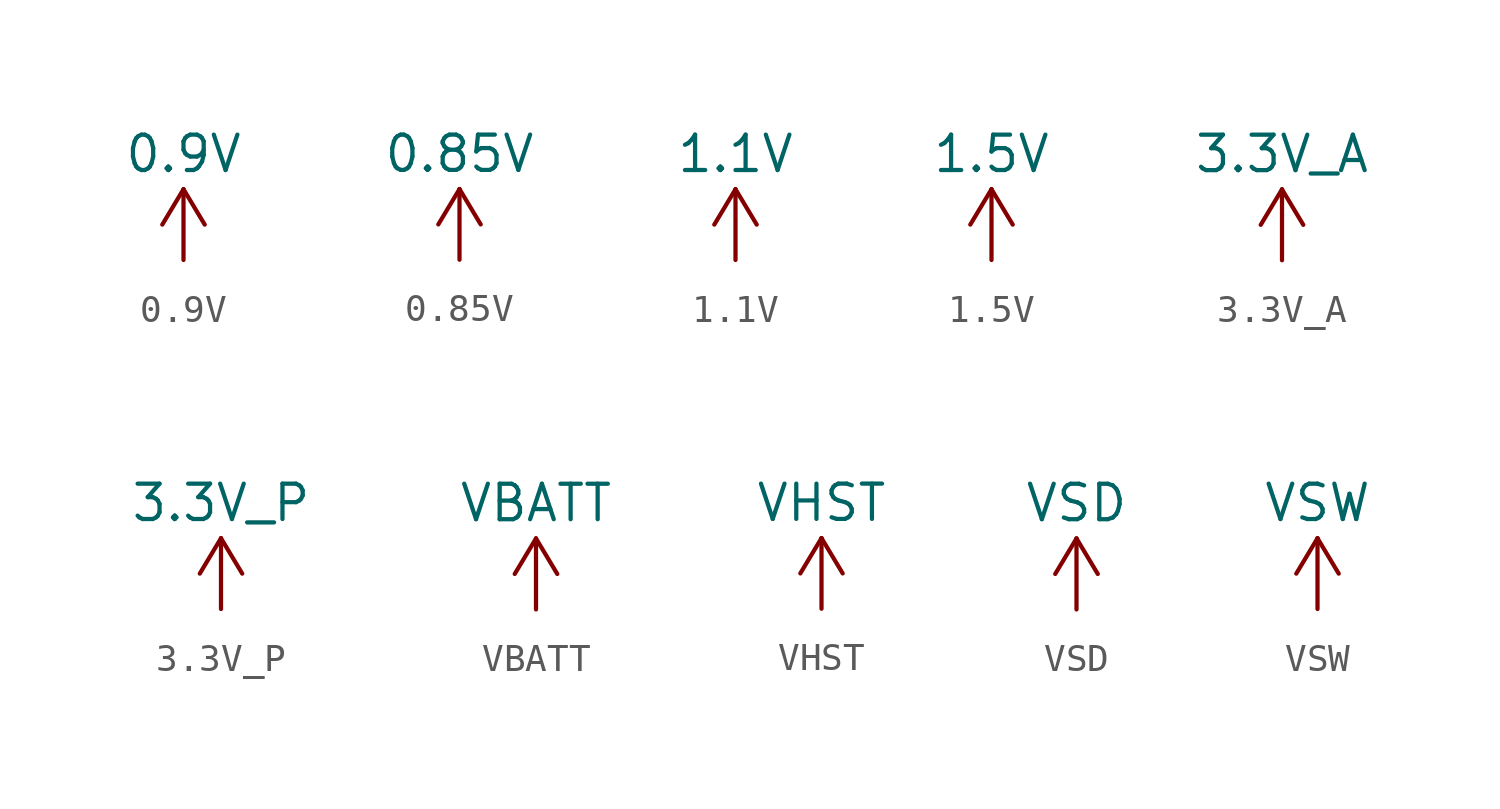
<source format=kicad_sym>
(kicad_symbol_lib
  (version 20241209)
  (generator "kicad_symbol_editor")
  (generator_version "9.0")
  (symbol "0.9V"
    (power)
    (pin_names
      (offset 0))
    (property "Reference" "#PWR"
      (at 0 -3.81 0)
      (effects (font (size 1.27 1.27)) (hide yes)))
    (property "Value" "0.9V"
      (at 0 3.81 0)
      (do_not_autoplace)
      (effects (font (size 1.27 1.27))))
    (symbol "0.9V_0_1"
      (polyline (pts (xy 0 2.54) (xy 0.762 1.27)) (stroke (width 0) (type default)) (fill (type none)))
      (polyline (pts (xy 0 0) (xy 0 2.54)) (stroke (width 0) (type default)) (fill (type none))))
    (symbol "0.9V_1_1"
      (polyline (pts (xy -0.762 1.27) (xy 0 2.54)) (stroke (width 0) (type default)) (fill (type none)))
      (pin power_in line (at 0 0 90) (length 0) (hide yes) (name "0.9V" (effects (font (size 1.27 1.27)))) (number "1" (effects (font (size 1.27 1.27)))))))
  (symbol "0.85V"
    (power)
    (pin_names
      (offset 0))
    (property "Reference" "#PWR"
      (at 0 -3.81 0)
      (effects (font (size 1.27 1.27)) (hide yes)))
    (property "Value" "0.85V"
      (at 0 3.81 0)
      (do_not_autoplace)
      (effects (font (size 1.27 1.27))))
    (symbol "0.85V_0_1"
      (polyline (pts (xy 0 2.54) (xy 0.762 1.27)) (stroke (width 0) (type default)) (fill (type none)))
      (polyline (pts (xy 0 0) (xy 0 2.54)) (stroke (width 0) (type default)) (fill (type none))))
    (symbol "0.85V_1_1"
      (polyline (pts (xy -0.762 1.27) (xy 0 2.54)) (stroke (width 0) (type default)) (fill (type none)))
      (pin power_in line (at 0 0 90) (length 0) (hide yes) (name "0.85V" (effects (font (size 1.27 1.27)))) (number "1" (effects (font (size 1.27 1.27)))))))
  (symbol "1.1V"
    (power)
    (pin_names
      (offset 0))
    (property "Reference" "#PWR"
      (at 0 -3.81 0)
      (effects (font (size 1.27 1.27)) (hide yes)))
    (property "Value" "1.1V"
      (at 0 3.81 0)
      (do_not_autoplace)
      (effects (font (size 1.27 1.27))))
    (symbol "1.1V_0_1"
      (polyline (pts (xy 0 2.54) (xy 0.762 1.27)) (stroke (width 0) (type default)) (fill (type none)))
      (polyline (pts (xy 0 0) (xy 0 2.54)) (stroke (width 0) (type default)) (fill (type none))))
    (symbol "1.1V_1_1"
      (polyline (pts (xy -0.762 1.27) (xy 0 2.54)) (stroke (width 0) (type default)) (fill (type none)))
      (pin power_in line (at 0 0 90) (length 0) (hide yes) (name "1.1V" (effects (font (size 1.27 1.27)))) (number "1" (effects (font (size 1.27 1.27)))))))
  (symbol "1.5V"
    (power)
    (pin_names
      (offset 0))
    (property "Reference" "#PWR"
      (at 0 -3.81 0)
      (effects (font (size 1.27 1.27)) (hide yes)))
    (property "Value" "1.5V"
      (at 0 3.81 0)
      (do_not_autoplace)
      (effects (font (size 1.27 1.27))))
    (symbol "1.5V_0_1"
      (polyline (pts (xy 0 2.54) (xy 0.762 1.27)) (stroke (width 0) (type default)) (fill (type none)))
      (polyline (pts (xy 0 0) (xy 0 2.54)) (stroke (width 0) (type default)) (fill (type none))))
    (symbol "1.5V_1_1"
      (polyline (pts (xy -0.762 1.27) (xy 0 2.54)) (stroke (width 0) (type default)) (fill (type none)))
      (pin power_in line (at 0 0 90) (length 0) (hide yes) (name "1.5V" (effects (font (size 1.27 1.27)))) (number "1" (effects (font (size 1.27 1.27)))))))
  (symbol "3.3V_A"
    (power)
    (pin_names
      (offset 0))
    (property "Reference" "#PWR"
      (at 0 -3.81 0)
      (effects (font (size 1.27 1.27)) (hide yes)))
    (property "Value" "3.3V_A"
      (at 0 3.81 0)
      (do_not_autoplace)
      (effects (font (size 1.27 1.27))))
    (symbol "3.3V_A_0_1"
      (polyline (pts (xy -0.762 1.27) (xy 0 2.54)) (stroke (width 0) (type default)) (fill (type none)))
      (polyline (pts (xy 0 2.54) (xy 0.762 1.27)) (stroke (width 0) (type default)) (fill (type none)))
      (polyline (pts (xy 0 0) (xy 0 2.54)) (stroke (width 0) (type default)) (fill (type none))))
    (symbol "3.3V_A_1_1"
      (pin power_in line (at 0 0 90) (length 0) (hide yes) (name "3.3V_A" (effects (font (size 1.27 1.27)))) (number "1" (effects (font (size 1.27 1.27)))))))
  (symbol "3.3V_P"
    (power)
    (pin_names
      (offset 0))
    (property "Reference" "#PWR"
      (at 0 -3.81 0)
      (effects (font (size 1.27 1.27)) (hide yes)))
    (property "Value" "3.3V_P"
      (at 0 3.81 0)
      (do_not_autoplace)
      (effects (font (size 1.27 1.27))))
    (symbol "3.3V_P_0_1"
      (polyline (pts (xy 0 2.54) (xy 0.762 1.27)) (stroke (width 0) (type default)) (fill (type none)))
      (polyline (pts (xy 0 0) (xy 0 2.54)) (stroke (width 0) (type default)) (fill (type none))))
    (symbol "3.3V_P_1_1"
      (polyline (pts (xy -0.762 1.27) (xy 0 2.54)) (stroke (width 0) (type default)) (fill (type none)))
      (pin power_in line (at 0 0 90) (length 0) (hide yes) (name "3.3V_P" (effects (font (size 1.27 1.27)))) (number "1" (effects (font (size 1.27 1.27)))))))
  (symbol "VBATT"
    (power)
    (pin_names
      (offset 0))
    (property "Reference" "#PWR"
      (at 0 -3.81 0)
      (effects (font (size 1.27 1.27)) (hide yes)))
    (property "Value" "VBATT"
      (at 0 3.81 0)
      (do_not_autoplace)
      (effects (font (size 1.27 1.27))))
    (symbol "VBATT_0_1"
      (polyline (pts (xy -0.762 1.27) (xy 0 2.54)) (stroke (width 0) (type default)) (fill (type none)))
      (polyline (pts (xy 0 2.54) (xy 0.762 1.27)) (stroke (width 0) (type default)) (fill (type none)))
      (polyline (pts (xy 0 0) (xy 0 2.54)) (stroke (width 0) (type default)) (fill (type none))))
    (symbol "VBATT_1_1"
      (pin power_in line (at 0 0 90) (length 0) (hide yes) (name "VBATT" (effects (font (size 1.27 1.27)))) (number "1" (effects (font (size 1.27 1.27)))))))
  (symbol "VHST"
    (power)
    (pin_names
      (offset 0))
    (property "Reference" "#PWR"
      (at 0 -3.81 0)
      (effects (font (size 1.27 1.27)) (hide yes)))
    (property "Value" "VHST"
      (at 0 3.81 0)
      (do_not_autoplace)
      (effects (font (size 1.27 1.27))))
    (symbol "VHST_0_1"
      (polyline (pts (xy -0.762 1.27) (xy 0 2.54)) (stroke (width 0) (type default)) (fill (type none)))
      (polyline (pts (xy 0 2.54) (xy 0.762 1.27)) (stroke (width 0) (type default)) (fill (type none)))
      (polyline (pts (xy 0 0) (xy 0 2.54)) (stroke (width 0) (type default)) (fill (type none))))
    (symbol "VHST_1_1"
      (pin power_in line (at 0 0 90) (length 0) (hide yes) (name "VUSB" (effects (font (size 1.27 1.27)))) (number "1" (effects (font (size 1.27 1.27)))))))
  (symbol "VSD"
    (power)
    (pin_names
      (offset 0))
    (property "Reference" "#PWR"
      (at 0 -3.81 0)
      (effects (font (size 1.27 1.27)) (hide yes)))
    (property "Value" "VSD"
      (at 0 3.81 0)
      (do_not_autoplace)
      (effects (font (size 1.27 1.27))))
    (symbol "VSD_0_1"
      (polyline (pts (xy -0.762 1.27) (xy 0 2.54)) (stroke (width 0) (type default)) (fill (type none)))
      (polyline (pts (xy 0 2.54) (xy 0.762 1.27)) (stroke (width 0) (type default)) (fill (type none)))
      (polyline (pts (xy 0 0) (xy 0 2.54)) (stroke (width 0) (type default)) (fill (type none))))
    (symbol "VSD_1_1"
      (pin power_in line (at 0 0 90) (length 0) (hide yes) (name "VSW" (effects (font (size 1.27 1.27)))) (number "1" (effects (font (size 1.27 1.27)))))))
  (symbol "VSW"
    (power)
    (pin_names
      (offset 0))
    (property "Reference" "#PWR"
      (at 0 -3.81 0)
      (effects (font (size 1.27 1.27)) (hide yes)))
    (property "Value" "VSW"
      (at 0 3.81 0)
      (do_not_autoplace)
      (effects (font (size 1.27 1.27))))
    (symbol "VSW_0_1"
      (polyline (pts (xy -0.762 1.27) (xy 0 2.54)) (stroke (width 0) (type default)) (fill (type none)))
      (polyline (pts (xy 0 2.54) (xy 0.762 1.27)) (stroke (width 0) (type default)) (fill (type none)))
      (polyline (pts (xy 0 0) (xy 0 2.54)) (stroke (width 0) (type default)) (fill (type none))))
    (symbol "VSW_1_1"
      (pin power_in line (at 0 0 90) (length 0) (hide yes) (name "VSW" (effects (font (size 1.27 1.27)))) (number "1" (effects (font (size 1.27 1.27))))))))
</source>
